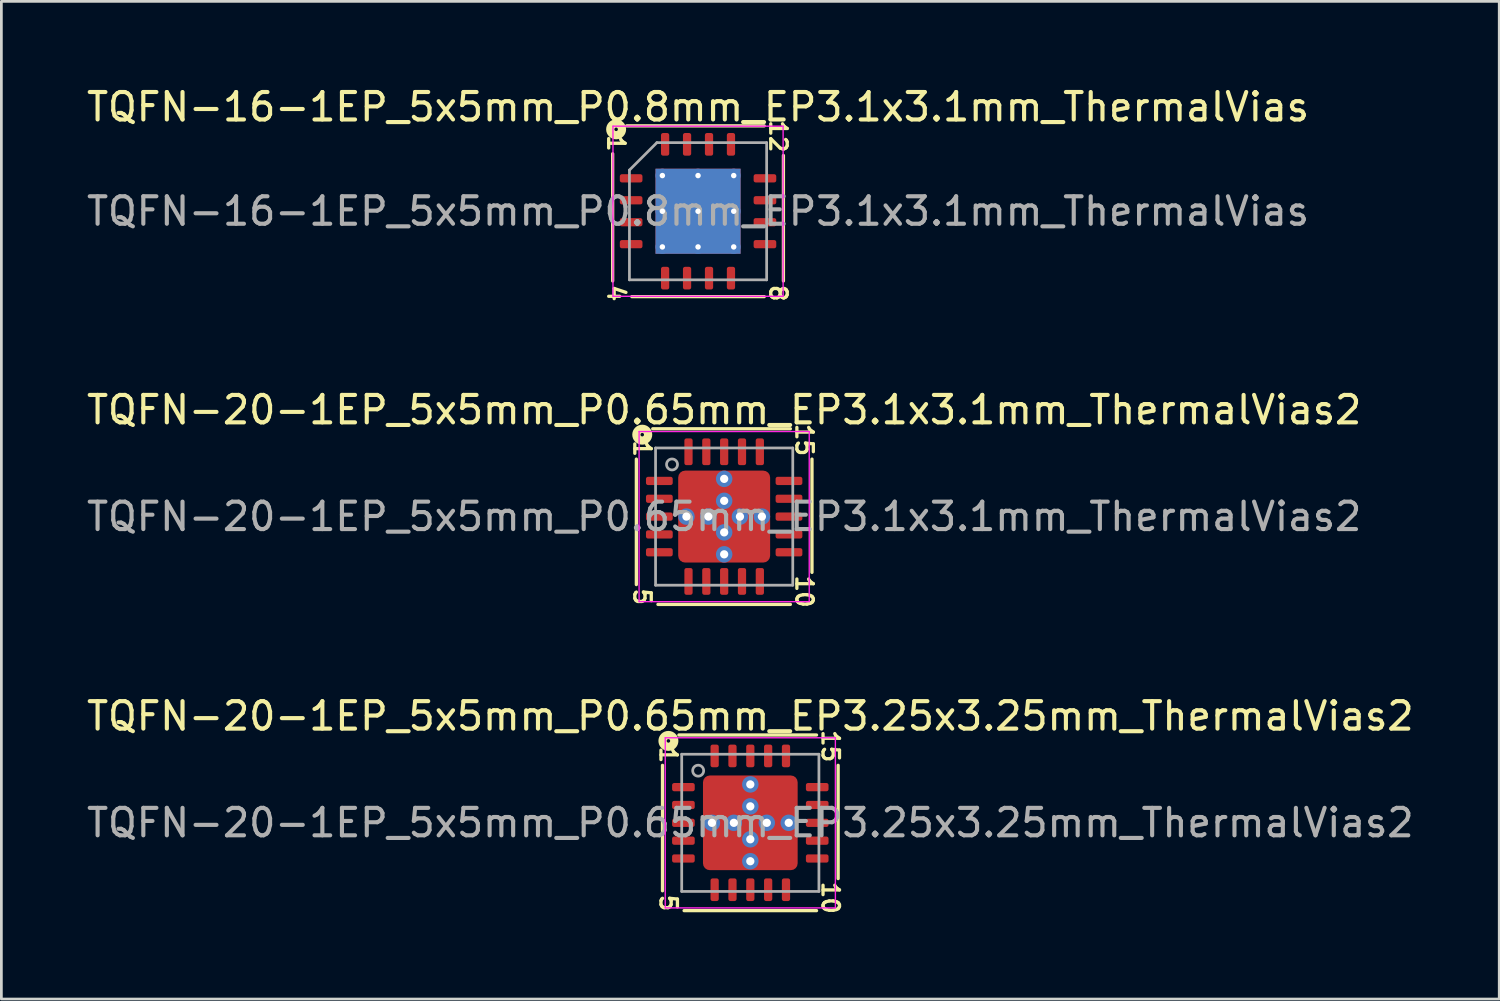
<source format=kicad_pcb>
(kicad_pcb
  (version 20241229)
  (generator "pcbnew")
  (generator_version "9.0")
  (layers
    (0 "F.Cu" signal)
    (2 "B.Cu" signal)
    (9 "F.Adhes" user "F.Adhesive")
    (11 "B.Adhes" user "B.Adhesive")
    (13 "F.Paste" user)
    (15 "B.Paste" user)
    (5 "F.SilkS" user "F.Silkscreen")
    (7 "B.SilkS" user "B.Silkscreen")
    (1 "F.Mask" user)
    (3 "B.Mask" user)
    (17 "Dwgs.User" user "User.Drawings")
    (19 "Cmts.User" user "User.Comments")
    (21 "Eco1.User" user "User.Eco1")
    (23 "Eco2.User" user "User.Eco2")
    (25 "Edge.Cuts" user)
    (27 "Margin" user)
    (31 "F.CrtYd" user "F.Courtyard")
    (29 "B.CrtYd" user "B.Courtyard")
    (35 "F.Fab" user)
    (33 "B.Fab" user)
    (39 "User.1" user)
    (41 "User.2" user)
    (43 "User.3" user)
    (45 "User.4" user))
  (footprint "TQFN-16-1EP_5x5mm_P0.8mm_EP3.1x3.1mm_ThermalVias"
    (layer "F.Cu")
    (at 22.387 4.648)
    (property "Reference" "TQFN-16-1EP_5x5mm_P0.8mm_EP3.1x3.1mm_ThermalVias" (at 0 -3.8 0) (layer "F.SilkS") (effects (font (size 1 1) (thickness 0.15))))
    (attr smd)
    (fp_line (start -3.111 -2.095) (end -3.111 2.54) (stroke (width 0.12) (type solid)) (layer "F.SilkS"))
    (fp_line (start -2.413 3.111) (end 2.413 3.111) (stroke (width 0.12) (type solid)) (layer "F.SilkS"))
    (fp_line (start 2.413 -3.111) (end -2.603 -3.111) (stroke (width 0.12) (type solid)) (layer "F.SilkS"))
    (fp_line (start 3.111 2.54) (end 3.111 -2.032) (stroke (width 0.12) (type solid)) (layer "F.SilkS"))
    (fp_circle (center -2.985 -2.985) (end -2.921 -2.985) (stroke (width 0.3) (type solid)) (fill no) (layer "F.SilkS"))
    (fp_line (start -3.1 -3.1) (end -3.1 3.1) (stroke (width 0.05) (type solid)) (layer "F.CrtYd"))
    (fp_line (start -3.1 3.1) (end 3.1 3.1) (stroke (width 0.05) (type solid)) (layer "F.CrtYd"))
    (fp_line (start 3.1 -3.1) (end -3.1 -3.1) (stroke (width 0.05) (type solid)) (layer "F.CrtYd"))
    (fp_line (start 3.1 3.1) (end 3.1 -3.1) (stroke (width 0.05) (type solid)) (layer "F.CrtYd"))
    (fp_line (start -2.5 -1.5) (end -1.5 -2.5) (stroke (width 0.1) (type solid)) (layer "F.Fab"))
    (fp_line (start -2.5 2.5) (end -2.5 -1.5) (stroke (width 0.1) (type solid)) (layer "F.Fab"))
    (fp_line (start -1.5 -2.5) (end 2.5 -2.5) (stroke (width 0.1) (type solid)) (layer "F.Fab"))
    (fp_line (start 2.5 -2.5) (end 2.5 2.5) (stroke (width 0.1) (type solid)) (layer "F.Fab"))
    (fp_line (start 2.5 2.5) (end -2.5 2.5) (stroke (width 0.1) (type solid)) (layer "F.Fab"))
    (fp_text user "8" (at 2.921 2.985 270) (unlocked yes) (layer "F.SilkS") (effects (font (size 0.6 0.6) (thickness 0.12))))
    (fp_text user "1" (at -2.985 -2.477 270) (unlocked yes) (layer "F.SilkS") (effects (font (size 0.6 0.6) (thickness 0.12))))
    (fp_text user "12" (at 2.921 -2.731 270) (unlocked yes) (layer "F.SilkS") (effects (font (size 0.6 0.6) (thickness 0.12))))
    (fp_text user "4" (at -2.985 2.985 270) (unlocked yes) (layer "F.SilkS") (effects (font (size 0.6 0.6) (thickness 0.12))))
    (fp_text user "${REFERENCE}" (at 0 0 0) (layer "F.Fab") (effects (font (size 1 1) (thickness 0.15))))
    (pad "" smd roundrect (at -0.775 -0.775) (size 1.34 1.34) (layers "F.Paste") (roundrect_rratio 0.187))
    (pad "" smd roundrect (at -0.775 0.775) (size 1.34 1.34) (layers "F.Paste") (roundrect_rratio 0.187))
    (pad "" smd roundrect (at 0.775 -0.775) (size 1.34 1.34) (layers "F.Paste") (roundrect_rratio 0.187))
    (pad "" smd roundrect (at 0.775 0.775) (size 1.34 1.34) (layers "F.Paste") (roundrect_rratio 0.187))
    (pad "1" smd roundrect (at -2.438 -1.2) (size 0.825 0.3) (layers "F.Cu" "F.Mask" "F.Paste") (roundrect_rratio 0.25))
    (pad "2" smd roundrect (at -2.438 -0.4) (size 0.825 0.3) (layers "F.Cu" "F.Mask" "F.Paste") (roundrect_rratio 0.25))
    (pad "3" smd roundrect (at -2.438 0.4) (size 0.825 0.3) (layers "F.Cu" "F.Mask" "F.Paste") (roundrect_rratio 0.25))
    (pad "4" smd roundrect (at -2.438 1.2) (size 0.825 0.3) (layers "F.Cu" "F.Mask" "F.Paste") (roundrect_rratio 0.25))
    (pad "5" smd roundrect (at -1.2 2.438) (size 0.3 0.825) (layers "F.Cu" "F.Mask" "F.Paste") (roundrect_rratio 0.25))
    (pad "6" smd roundrect (at -0.4 2.438) (size 0.3 0.825) (layers "F.Cu" "F.Mask" "F.Paste") (roundrect_rratio 0.25))
    (pad "7" smd roundrect (at 0.4 2.438) (size 0.3 0.825) (layers "F.Cu" "F.Mask" "F.Paste") (roundrect_rratio 0.25))
    (pad "8" smd roundrect (at 1.2 2.438) (size 0.3 0.825) (layers "F.Cu" "F.Mask" "F.Paste") (roundrect_rratio 0.25))
    (pad "9" smd roundrect (at 2.438 1.2) (size 0.825 0.3) (layers "F.Cu" "F.Mask" "F.Paste") (roundrect_rratio 0.25))
    (pad "10" smd roundrect (at 2.438 0.4) (size 0.825 0.3) (layers "F.Cu" "F.Mask" "F.Paste") (roundrect_rratio 0.25))
    (pad "11" smd roundrect (at 2.438 -0.4) (size 0.825 0.3) (layers "F.Cu" "F.Mask" "F.Paste") (roundrect_rratio 0.25))
    (pad "12" smd roundrect (at 2.438 -1.2) (size 0.825 0.3) (layers "F.Cu" "F.Mask" "F.Paste") (roundrect_rratio 0.25))
    (pad "13" smd roundrect (at 1.2 -2.438) (size 0.3 0.825) (layers "F.Cu" "F.Mask" "F.Paste") (roundrect_rratio 0.25))
    (pad "14" smd roundrect (at 0.4 -2.438) (size 0.3 0.825) (layers "F.Cu" "F.Mask" "F.Paste") (roundrect_rratio 0.25))
    (pad "15" smd roundrect (at -0.4 -2.438) (size 0.3 0.825) (layers "F.Cu" "F.Mask" "F.Paste") (roundrect_rratio 0.25))
    (pad "16" smd roundrect (at -1.2 -2.438) (size 0.3 0.825) (layers "F.Cu" "F.Mask" "F.Paste") (roundrect_rratio 0.25))
    (pad "17" thru_hole circle (at -1.3 -1.3) (size 0.5 0.5) (drill 0.2) (layers "*.Cu"))
    (pad "17" thru_hole circle (at -1.3 0) (size 0.5 0.5) (drill 0.2) (layers "*.Cu"))
    (pad "17" thru_hole circle (at -1.3 1.3) (size 0.5 0.5) (drill 0.2) (layers "*.Cu"))
    (pad "17" thru_hole circle (at 0 -1.3) (size 0.5 0.5) (drill 0.2) (layers "*.Cu"))
    (pad "17" thru_hole circle (at 0 0) (size 0.5 0.5) (drill 0.2) (layers "*.Cu"))
    (pad "17" smd rect (at 0 0) (size 3.1 3.1) (layers "F.Cu" "F.Mask"))
    (pad "17" smd rect (at 0 0) (size 3.1 3.1) (layers "B.Cu" "B.Mask"))
    (pad "17" thru_hole circle (at 0 1.3) (size 0.5 0.5) (drill 0.2) (layers "*.Cu"))
    (pad "17" thru_hole circle (at 1.3 -1.3) (size 0.5 0.5) (drill 0.2) (layers "*.Cu"))
    (pad "17" thru_hole circle (at 1.3 0) (size 0.5 0.5) (drill 0.2) (layers "*.Cu"))
    (pad "17" thru_hole circle (at 1.3 1.3) (size 0.5 0.5) (drill 0.2) (layers "*.Cu")))
  (footprint "TQFN-20-1EP_5x5mm_P0.65mm_EP3.25x3.25mm_ThermalVias2"
    (layer "F.Cu")
    (at 24.292 26.934)
    (property "Reference" "TQFN-20-1EP_5x5mm_P0.65mm_EP3.25x3.25mm_ThermalVias2" (at 0 -3.889 0) (layer "F.SilkS") (effects (font (size 1 1) (thickness 0.15))))
    (attr smd)
    (fp_line (start -3.2 -2.095) (end -3.2 2.477) (stroke (width 0.12) (type solid)) (layer "F.SilkS"))
    (fp_line (start -2.413 3.2) (end 2.413 3.2) (stroke (width 0.12) (type solid)) (layer "F.SilkS"))
    (fp_line (start 2.413 -3.2) (end -2.603 -3.2) (stroke (width 0.12) (type solid)) (layer "F.SilkS"))
    (fp_line (start 3.2 2.032) (end 3.2 -2.095) (stroke (width 0.12) (type solid)) (layer "F.SilkS"))
    (fp_circle (center -2.985 -2.985) (end -2.921 -2.985) (stroke (width 0.3) (type solid)) (fill no) (layer "F.SilkS"))
    (fp_line (start -3.1 -3.1) (end -3.1 3.1) (stroke (width 0.05) (type solid)) (layer "F.CrtYd"))
    (fp_line (start -3.1 3.1) (end 3.1 3.1) (stroke (width 0.05) (type solid)) (layer "F.CrtYd"))
    (fp_line (start 3.1 -3.1) (end -3.1 -3.1) (stroke (width 0.05) (type solid)) (layer "F.CrtYd"))
    (fp_line (start 3.1 3.1) (end 3.1 -3.1) (stroke (width 0.05) (type solid)) (layer "F.CrtYd"))
    (fp_line (start -2.5 -2.5) (end 2.5 -2.5) (stroke (width 0.1) (type solid)) (layer "F.Fab"))
    (fp_line (start -2.5 2.5) (end -2.5 -2.5) (stroke (width 0.1) (type solid)) (layer "F.Fab"))
    (fp_line (start 2.5 -2.5) (end 2.5 2.5) (stroke (width 0.1) (type solid)) (layer "F.Fab"))
    (fp_line (start 2.5 2.5) (end -2.5 2.5) (stroke (width 0.1) (type solid)) (layer "F.Fab"))
    (fp_circle (center -1.9 -1.9) (end -1.7 -1.9) (stroke (width 0.1) (type solid)) (fill no) (layer "F.Fab"))
    (fp_text user "5" (at -2.985 2.921 270) (unlocked yes) (layer "F.SilkS") (effects (font (size 0.6 0.6) (thickness 0.12))))
    (fp_text user "1" (at -2.985 -2.477 270) (unlocked yes) (layer "F.SilkS") (effects (font (size 0.6 0.6) (thickness 0.12))))
    (fp_text user "10" (at 2.921 2.731 270) (unlocked yes) (layer "F.SilkS") (effects (font (size 0.6 0.6) (thickness 0.12))))
    (fp_text user "15" (at 2.921 -2.794 270) (unlocked yes) (layer "F.SilkS") (effects (font (size 0.6 0.6) (thickness 0.12))))
    (fp_text user "${REFERENCE}" (at 0 0 0) (layer "F.Fab") (effects (font (size 1 1) (thickness 0.15))))
    (pad "" smd roundrect (at -0.975 -0.975) (size 0.95 0.95) (layers "F.Paste") (roundrect_rratio 0.25))
    (pad "" smd roundrect (at -0.975 0.975) (size 0.95 0.95) (layers "F.Paste") (roundrect_rratio 0.25))
    (pad "" smd roundrect (at -0.963 -0.963 270) (size 1.325 1.325) (layers "F.Mask") (roundrect_rratio 0.189))
    (pad "" smd roundrect (at -0.963 0.963 270) (size 1.325 1.325) (layers "F.Mask") (roundrect_rratio 0.189))
    (pad "" smd roundrect (at 0.963 -0.963 270) (size 1.325 1.325) (layers "F.Mask") (roundrect_rratio 0.189))
    (pad "" smd roundrect (at 0.963 0.963 270) (size 1.325 1.325) (layers "F.Mask") (roundrect_rratio 0.189))
    (pad "" smd roundrect (at 0.975 -0.975) (size 0.95 0.95) (layers "F.Paste") (roundrect_rratio 0.25))
    (pad "" smd roundrect (at 0.975 0.975) (size 0.95 0.95) (layers "F.Paste") (roundrect_rratio 0.25))
    (pad "1" smd roundrect (at -2.438 -1.3) (size 0.825 0.3) (layers "F.Cu" "F.Mask" "F.Paste") (roundrect_rratio 0.25))
    (pad "2" smd roundrect (at -2.438 -0.65) (size 0.825 0.3) (layers "F.Cu" "F.Mask" "F.Paste") (roundrect_rratio 0.25))
    (pad "3" smd roundrect (at -2.438 0) (size 0.825 0.3) (layers "F.Cu" "F.Mask" "F.Paste") (roundrect_rratio 0.25))
    (pad "4" smd roundrect (at -2.438 0.65) (size 0.825 0.3) (layers "F.Cu" "F.Mask" "F.Paste") (roundrect_rratio 0.25))
    (pad "5" smd roundrect (at -2.438 1.3) (size 0.825 0.3) (layers "F.Cu" "F.Mask" "F.Paste") (roundrect_rratio 0.25))
    (pad "6" smd roundrect (at -1.3 2.438) (size 0.3 0.825) (layers "F.Cu" "F.Mask" "F.Paste") (roundrect_rratio 0.25))
    (pad "7" smd roundrect (at -0.65 2.438) (size 0.3 0.825) (layers "F.Cu" "F.Mask" "F.Paste") (roundrect_rratio 0.25))
    (pad "8" smd roundrect (at 0 2.438) (size 0.3 0.825) (layers "F.Cu" "F.Mask" "F.Paste") (roundrect_rratio 0.25))
    (pad "9" smd roundrect (at 0.65 2.438) (size 0.3 0.825) (layers "F.Cu" "F.Mask" "F.Paste") (roundrect_rratio 0.25))
    (pad "10" smd roundrect (at 1.3 2.438) (size 0.3 0.825) (layers "F.Cu" "F.Mask" "F.Paste") (roundrect_rratio 0.25))
    (pad "11" smd roundrect (at 2.438 1.3) (size 0.825 0.3) (layers "F.Cu" "F.Mask" "F.Paste") (roundrect_rratio 0.25))
    (pad "12" smd roundrect (at 2.438 0.65) (size 0.825 0.3) (layers "F.Cu" "F.Mask" "F.Paste") (roundrect_rratio 0.25))
    (pad "13" smd roundrect (at 2.438 0) (size 0.825 0.3) (layers "F.Cu" "F.Mask" "F.Paste") (roundrect_rratio 0.25))
    (pad "14" smd roundrect (at 2.438 -0.65) (size 0.825 0.3) (layers "F.Cu" "F.Mask" "F.Paste") (roundrect_rratio 0.25))
    (pad "15" smd roundrect (at 2.438 -1.3) (size 0.825 0.3) (layers "F.Cu" "F.Mask" "F.Paste") (roundrect_rratio 0.25))
    (pad "16" smd roundrect (at 1.3 -2.438) (size 0.3 0.825) (layers "F.Cu" "F.Mask" "F.Paste") (roundrect_rratio 0.25))
    (pad "17" smd roundrect (at 0.65 -2.438) (size 0.3 0.825) (layers "F.Cu" "F.Mask" "F.Paste") (roundrect_rratio 0.25))
    (pad "18" smd roundrect (at 0 -2.438) (size 0.3 0.825) (layers "F.Cu" "F.Mask" "F.Paste") (roundrect_rratio 0.25))
    (pad "19" smd roundrect (at -0.65 -2.438) (size 0.3 0.825) (layers "F.Cu" "F.Mask" "F.Paste") (roundrect_rratio 0.25))
    (pad "20" smd roundrect (at -1.3 -2.438) (size 0.3 0.825) (layers "F.Cu" "F.Mask" "F.Paste") (roundrect_rratio 0.25))
    (pad "21" thru_hole circle (at -1.4 0 180) (size 0.6 0.6) (drill 0.3) (property pad_prop_heatsink) (layers "*.Cu" "*.Mask"))
    (pad "21" thru_hole circle (at -0.6 0 180) (size 0.6 0.6) (drill 0.3) (property pad_prop_heatsink) (layers "*.Cu" "*.Mask"))
    (pad "21" thru_hole circle (at 0 -1.4 180) (size 0.6 0.6) (drill 0.3) (property pad_prop_heatsink) (layers "*.Cu" "*.Mask"))
    (pad "21" thru_hole circle (at 0 -0.6 180) (size 0.6 0.6) (drill 0.3) (property pad_prop_heatsink) (layers "*.Cu" "*.Mask"))
    (pad "21" smd roundrect (at 0 0) (size 3.45 3.45) (layers "F.Cu") (roundrect_rratio 0.072))
    (pad "21" thru_hole circle (at 0 0.6 180) (size 0.6 0.6) (drill 0.3) (property pad_prop_heatsink) (layers "*.Cu" "*.Mask"))
    (pad "21" thru_hole circle (at 0 1.4 180) (size 0.6 0.6) (drill 0.3) (property pad_prop_heatsink) (layers "*.Cu" "*.Mask"))
    (pad "21" thru_hole circle (at 0.6 0 180) (size 0.6 0.6) (drill 0.3) (property pad_prop_heatsink) (layers "*.Cu" "*.Mask"))
    (pad "21" thru_hole circle (at 1.4 0 180) (size 0.6 0.6) (drill 0.3) (property pad_prop_heatsink) (layers "*.Cu" "*.Mask")))
  (footprint "TQFN-20-1EP_5x5mm_P0.65mm_EP3.1x3.1mm_ThermalVias2"
    (layer "F.Cu")
    (at 23.339 15.775)
    (property "Reference" "TQFN-20-1EP_5x5mm_P0.65mm_EP3.1x3.1mm_ThermalVias2" (at 0 -3.889 0) (layer "F.SilkS") (effects (font (size 1 1) (thickness 0.15))))
    (attr smd)
    (fp_line (start -3.2 -2.095) (end -3.2 2.477) (stroke (width 0.12) (type solid)) (layer "F.SilkS"))
    (fp_line (start -2.413 3.2) (end 2.413 3.2) (stroke (width 0.12) (type solid)) (layer "F.SilkS"))
    (fp_line (start 2.413 -3.2) (end -2.603 -3.2) (stroke (width 0.12) (type solid)) (layer "F.SilkS"))
    (fp_line (start 3.2 2.032) (end 3.2 -2.095) (stroke (width 0.12) (type solid)) (layer "F.SilkS"))
    (fp_circle (center -2.985 -2.985) (end -2.921 -2.985) (stroke (width 0.3) (type solid)) (fill no) (layer "F.SilkS"))
    (fp_line (start -3.1 -3.1) (end -3.1 3.1) (stroke (width 0.05) (type solid)) (layer "F.CrtYd"))
    (fp_line (start -3.1 3.1) (end 3.1 3.1) (stroke (width 0.05) (type solid)) (layer "F.CrtYd"))
    (fp_line (start 3.1 -3.1) (end -3.1 -3.1) (stroke (width 0.05) (type solid)) (layer "F.CrtYd"))
    (fp_line (start 3.1 3.1) (end 3.1 -3.1) (stroke (width 0.05) (type solid)) (layer "F.CrtYd"))
    (fp_line (start -2.5 -2.5) (end 2.5 -2.5) (stroke (width 0.1) (type solid)) (layer "F.Fab"))
    (fp_line (start -2.5 2.5) (end -2.5 -2.5) (stroke (width 0.1) (type solid)) (layer "F.Fab"))
    (fp_line (start 2.5 -2.5) (end 2.5 2.5) (stroke (width 0.1) (type solid)) (layer "F.Fab"))
    (fp_line (start 2.5 2.5) (end -2.5 2.5) (stroke (width 0.1) (type solid)) (layer "F.Fab"))
    (fp_circle (center -1.9 -1.9) (end -1.7 -1.9) (stroke (width 0.1) (type solid)) (fill no) (layer "F.Fab"))
    (fp_text user "15" (at 2.921 -2.794 270) (unlocked yes) (layer "F.SilkS") (effects (font (size 0.6 0.6) (thickness 0.12))))
    (fp_text user "1" (at -2.985 -2.477 270) (unlocked yes) (layer "F.SilkS") (effects (font (size 0.6 0.6) (thickness 0.12))))
    (fp_text user "10" (at 2.921 2.731 270) (unlocked yes) (layer "F.SilkS") (effects (font (size 0.6 0.6) (thickness 0.12))))
    (fp_text user "5" (at -2.985 2.921 270) (unlocked yes) (layer "F.SilkS") (effects (font (size 0.6 0.6) (thickness 0.12))))
    (fp_text user "${REFERENCE}" (at 0 0 0) (layer "F.Fab") (effects (font (size 1 1) (thickness 0.15))))
    (pad "" smd roundrect (at -0.925 -0.925) (size 0.85 0.85) (layers "F.Paste") (roundrect_rratio 0.25))
    (pad "" smd roundrect (at -0.925 -0.925 270) (size 1.25 1.25) (layers "F.Mask") (roundrect_rratio 0.2))
    (pad "" smd roundrect (at -0.925 0.925) (size 0.85 0.85) (layers "F.Paste") (roundrect_rratio 0.25))
    (pad "" smd roundrect (at -0.925 0.925 270) (size 1.25 1.25) (layers "F.Mask") (roundrect_rratio 0.2))
    (pad "" smd roundrect (at 0.925 -0.925) (size 0.85 0.85) (layers "F.Paste") (roundrect_rratio 0.25))
    (pad "" smd roundrect (at 0.925 -0.925 270) (size 1.25 1.25) (layers "F.Mask") (roundrect_rratio 0.2))
    (pad "" smd roundrect (at 0.925 0.925) (size 0.85 0.85) (layers "F.Paste") (roundrect_rratio 0.25))
    (pad "" smd roundrect (at 0.925 0.925 270) (size 1.25 1.25) (layers "F.Mask") (roundrect_rratio 0.2))
    (pad "1" smd roundrect (at -2.362 -1.3) (size 0.975 0.3) (layers "F.Cu" "F.Mask" "F.Paste") (roundrect_rratio 0.25))
    (pad "2" smd roundrect (at -2.362 -0.65) (size 0.975 0.3) (layers "F.Cu" "F.Mask" "F.Paste") (roundrect_rratio 0.25))
    (pad "3" smd roundrect (at -2.362 0) (size 0.975 0.3) (layers "F.Cu" "F.Mask" "F.Paste") (roundrect_rratio 0.25))
    (pad "4" smd roundrect (at -2.362 0.65) (size 0.975 0.3) (layers "F.Cu" "F.Mask" "F.Paste") (roundrect_rratio 0.25))
    (pad "5" smd roundrect (at -2.362 1.3) (size 0.975 0.3) (layers "F.Cu" "F.Mask" "F.Paste") (roundrect_rratio 0.25))
    (pad "6" smd roundrect (at -1.3 2.362) (size 0.3 0.975) (layers "F.Cu" "F.Mask" "F.Paste") (roundrect_rratio 0.25))
    (pad "7" smd roundrect (at -0.65 2.362) (size 0.3 0.975) (layers "F.Cu" "F.Mask" "F.Paste") (roundrect_rratio 0.25))
    (pad "8" smd roundrect (at 0 2.362) (size 0.3 0.975) (layers "F.Cu" "F.Mask" "F.Paste") (roundrect_rratio 0.25))
    (pad "9" smd roundrect (at 0.65 2.362) (size 0.3 0.975) (layers "F.Cu" "F.Mask" "F.Paste") (roundrect_rratio 0.25))
    (pad "10" smd roundrect (at 1.3 2.362) (size 0.3 0.975) (layers "F.Cu" "F.Mask" "F.Paste") (roundrect_rratio 0.25))
    (pad "11" smd roundrect (at 2.362 1.3) (size 0.975 0.3) (layers "F.Cu" "F.Mask" "F.Paste") (roundrect_rratio 0.25))
    (pad "12" smd roundrect (at 2.362 0.65) (size 0.975 0.3) (layers "F.Cu" "F.Mask" "F.Paste") (roundrect_rratio 0.25))
    (pad "13" smd roundrect (at 2.362 0) (size 0.975 0.3) (layers "F.Cu" "F.Mask" "F.Paste") (roundrect_rratio 0.25))
    (pad "14" smd roundrect (at 2.362 -0.65) (size 0.975 0.3) (layers "F.Cu" "F.Mask" "F.Paste") (roundrect_rratio 0.25))
    (pad "15" smd roundrect (at 2.362 -1.3) (size 0.975 0.3) (layers "F.Cu" "F.Mask" "F.Paste") (roundrect_rratio 0.25))
    (pad "16" smd roundrect (at 1.3 -2.362) (size 0.3 0.975) (layers "F.Cu" "F.Mask" "F.Paste") (roundrect_rratio 0.25))
    (pad "17" smd roundrect (at 0.65 -2.362) (size 0.3 0.975) (layers "F.Cu" "F.Mask" "F.Paste") (roundrect_rratio 0.25))
    (pad "18" smd roundrect (at 0 -2.362) (size 0.3 0.975) (layers "F.Cu" "F.Mask" "F.Paste") (roundrect_rratio 0.25))
    (pad "19" smd roundrect (at -0.65 -2.362) (size 0.3 0.975) (layers "F.Cu" "F.Mask" "F.Paste") (roundrect_rratio 0.25))
    (pad "20" smd roundrect (at -1.3 -2.362) (size 0.3 0.975) (layers "F.Cu" "F.Mask" "F.Paste") (roundrect_rratio 0.25))
    (pad "21" thru_hole circle (at -1.375 0 180) (size 0.6 0.6) (drill 0.3) (property pad_prop_heatsink) (layers "*.Cu" "*.Mask"))
    (pad "21" thru_hole circle (at -0.575 0 180) (size 0.6 0.6) (drill 0.3) (property pad_prop_heatsink) (layers "*.Cu" "*.Mask"))
    (pad "21" thru_hole circle (at 0 -1.375 180) (size 0.6 0.6) (drill 0.3) (property pad_prop_heatsink) (layers "*.Cu" "*.Mask"))
    (pad "21" thru_hole circle (at 0 -0.575 180) (size 0.6 0.6) (drill 0.3) (property pad_prop_heatsink) (layers "*.Cu" "*.Mask"))
    (pad "21" smd roundrect (at 0 0) (size 3.35 3.35) (layers "F.Cu") (roundrect_rratio 0.075))
    (pad "21" thru_hole circle (at 0 0.575 180) (size 0.6 0.6) (drill 0.3) (property pad_prop_heatsink) (layers "*.Cu" "*.Mask"))
    (pad "21" thru_hole circle (at 0 1.375 180) (size 0.6 0.6) (drill 0.3) (property pad_prop_heatsink) (layers "*.Cu" "*.Mask"))
    (pad "21" thru_hole circle (at 0.575 0 180) (size 0.6 0.6) (drill 0.3) (property pad_prop_heatsink) (layers "*.Cu" "*.Mask"))
    (pad "21" thru_hole circle (at 1.375 0 180) (size 0.6 0.6) (drill 0.3) (property pad_prop_heatsink) (layers "*.Cu" "*.Mask")))
  (gr_rect
    (start -3 -3)
    (end 51.583 33.356)
    (stroke (width 0.1) (type default))
    (fill no)
    (layer "Edge.Cuts")))
</source>
